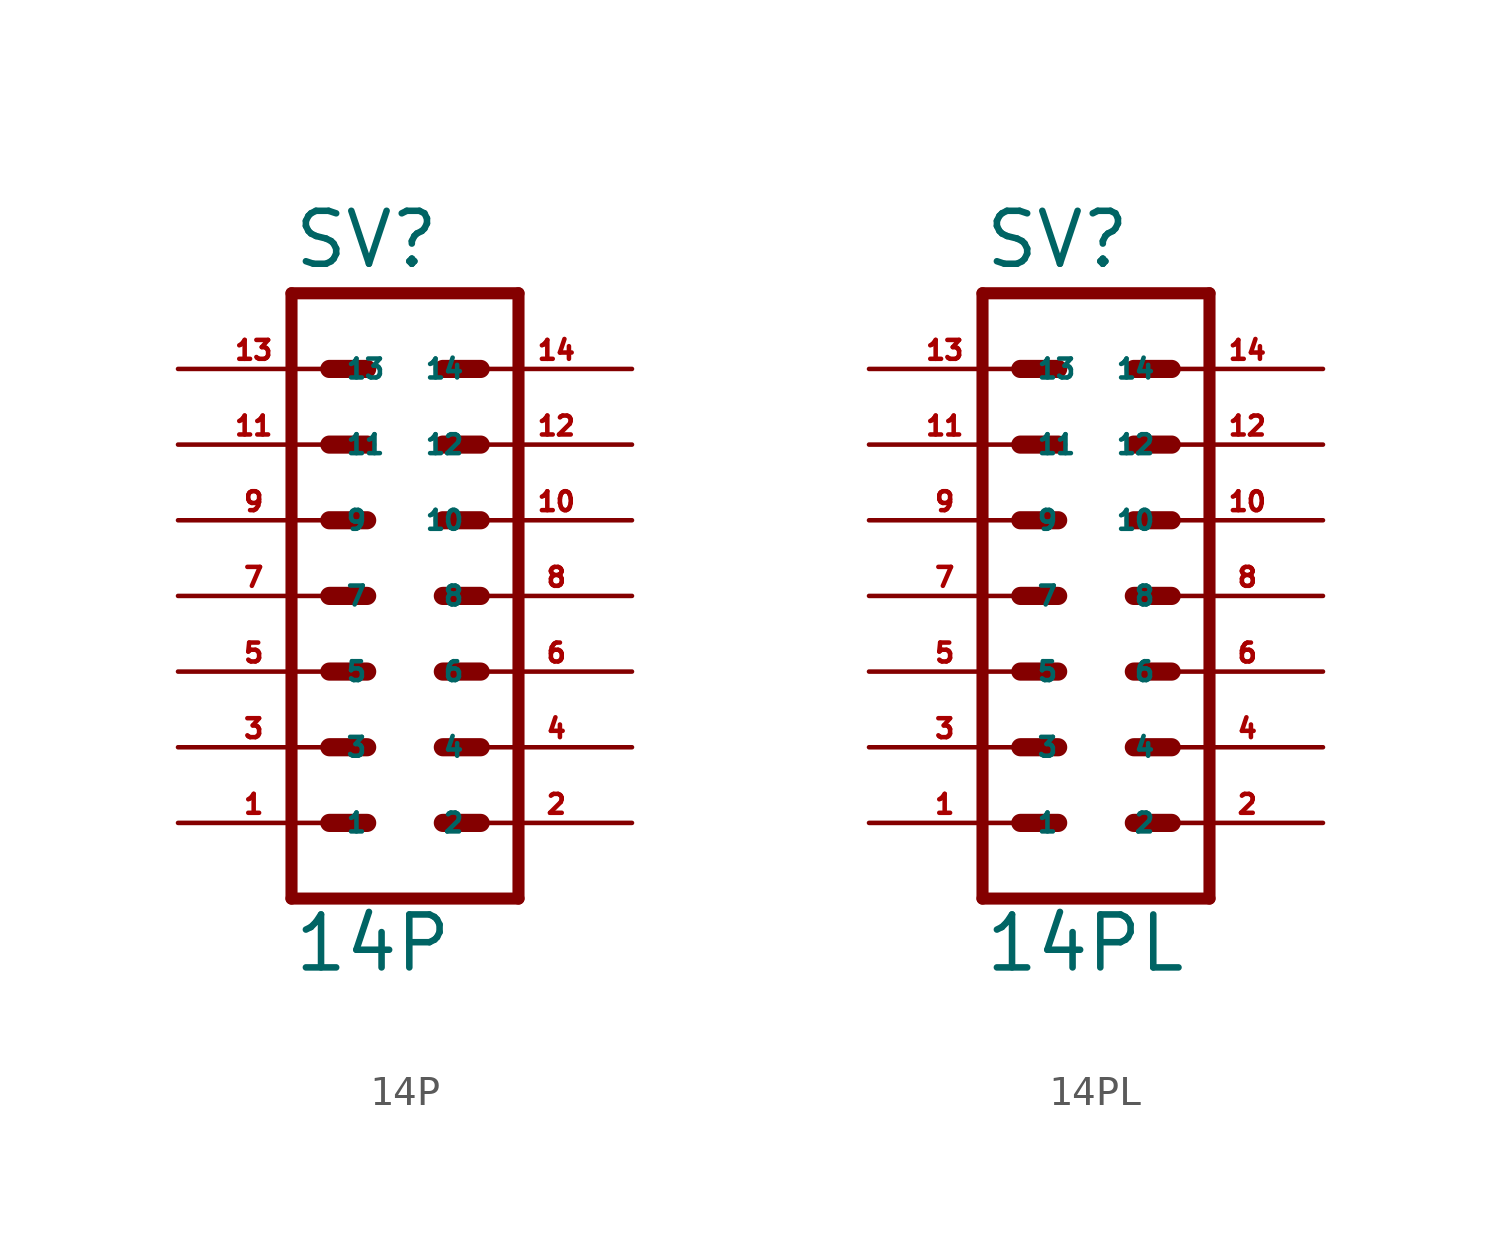
<source format=kicad_sym>
(kicad_symbol_lib
  (version 20220914)
  (generator Eagle2Kicad)
  (symbol "14P"
    (property "Reference" "SV"
      (at -3.81 10.922 0)
      (effects (font (size 1.778 1.778) (thickness 0.22)) (justify left bottom)))
    (property "Value" "14P"
      (at -3.81 -12.7 0)
      (effects (font (size 1.778 1.778) (thickness 0.22)) (justify left bottom)))
    (polyline
      (pts (xy 3.81 -10.16) (xy -3.81 -10.16))
      (stroke (width 0.406) (type default))
      (fill (type none)))
    (polyline
      (pts (xy -3.81 10.16) (xy -3.81 -10.16))
      (stroke (width 0.406) (type default))
      (fill (type none)))
    (polyline
      (pts (xy -3.81 10.16) (xy 3.81 10.16))
      (stroke (width 0.406) (type default))
      (fill (type none)))
    (polyline
      (pts (xy 3.81 -10.16) (xy 3.81 10.16))
      (stroke (width 0.406) (type default))
      (fill (type none)))
    (polyline
      (pts (xy -2.54 -7.62) (xy -1.27 -7.62))
      (stroke (width 0.61) (type default))
      (fill (type none)))
    (polyline
      (pts (xy -2.54 -5.08) (xy -1.27 -5.08))
      (stroke (width 0.61) (type default))
      (fill (type none)))
    (polyline
      (pts (xy -2.54 -2.54) (xy -1.27 -2.54))
      (stroke (width 0.61) (type default))
      (fill (type none)))
    (polyline
      (pts (xy -2.54 0) (xy -1.27 0))
      (stroke (width 0.61) (type default))
      (fill (type none)))
    (polyline
      (pts (xy -2.54 2.54) (xy -1.27 2.54))
      (stroke (width 0.61) (type default))
      (fill (type none)))
    (polyline
      (pts (xy -2.54 5.08) (xy -1.27 5.08))
      (stroke (width 0.61) (type default))
      (fill (type none)))
    (polyline
      (pts (xy -2.54 7.62) (xy -1.27 7.62))
      (stroke (width 0.61) (type default))
      (fill (type none)))
    (polyline
      (pts (xy 2.54 -7.62) (xy 1.27 -7.62))
      (stroke (width 0.61) (type default))
      (fill (type none)))
    (polyline
      (pts (xy 2.54 -5.08) (xy 1.27 -5.08))
      (stroke (width 0.61) (type default))
      (fill (type none)))
    (polyline
      (pts (xy 2.54 -2.54) (xy 1.27 -2.54))
      (stroke (width 0.61) (type default))
      (fill (type none)))
    (polyline
      (pts (xy 2.54 0) (xy 1.27 0))
      (stroke (width 0.61) (type default))
      (fill (type none)))
    (polyline
      (pts (xy 2.54 2.54) (xy 1.27 2.54))
      (stroke (width 0.61) (type default))
      (fill (type none)))
    (polyline
      (pts (xy 2.54 5.08) (xy 1.27 5.08))
      (stroke (width 0.61) (type default))
      (fill (type none)))
    (polyline
      (pts (xy 2.54 7.62) (xy 1.27 7.62))
      (stroke (width 0.61) (type default))
      (fill (type none)))
    (pin passive line
      (at -7.62 7.62 0)
      (length 5.08)
      (name "13" (effects (font (size 0.635 0.635) (thickness 0.08)) (justify left bottom)))
      (number "13" (effects (font (size 0.635 0.635) (thickness 0.08)) (justify left bottom))))
    (pin passive line
      (at -7.62 5.08 0)
      (length 5.08)
      (name "11" (effects (font (size 0.635 0.635) (thickness 0.08)) (justify left bottom)))
      (number "11" (effects (font (size 0.635 0.635) (thickness 0.08)) (justify left bottom))))
    (pin passive line
      (at -7.62 2.54 0)
      (length 5.08)
      (name "9" (effects (font (size 0.635 0.635) (thickness 0.08)) (justify left bottom)))
      (number "9" (effects (font (size 0.635 0.635) (thickness 0.08)) (justify left bottom))))
    (pin passive line
      (at -7.62 0 0)
      (length 5.08)
      (name "7" (effects (font (size 0.635 0.635) (thickness 0.08)) (justify left bottom)))
      (number "7" (effects (font (size 0.635 0.635) (thickness 0.08)) (justify left bottom))))
    (pin passive line
      (at -7.62 -2.54 0)
      (length 5.08)
      (name "5" (effects (font (size 0.635 0.635) (thickness 0.08)) (justify left bottom)))
      (number "5" (effects (font (size 0.635 0.635) (thickness 0.08)) (justify left bottom))))
    (pin passive line
      (at -7.62 -5.08 0)
      (length 5.08)
      (name "3" (effects (font (size 0.635 0.635) (thickness 0.08)) (justify left bottom)))
      (number "3" (effects (font (size 0.635 0.635) (thickness 0.08)) (justify left bottom))))
    (pin passive line
      (at -7.62 -7.62 0)
      (length 5.08)
      (name "1" (effects (font (size 0.635 0.635) (thickness 0.08)) (justify left bottom)))
      (number "1" (effects (font (size 0.635 0.635) (thickness 0.08)) (justify left bottom))))
    (pin passive line
      (at 7.62 7.62 180)
      (length 5.08)
      (name "14" (effects (font (size 0.635 0.635) (thickness 0.08)) (justify left bottom)))
      (number "14" (effects (font (size 0.635 0.635) (thickness 0.08)) (justify left bottom))))
    (pin passive line
      (at 7.62 5.08 180)
      (length 5.08)
      (name "12" (effects (font (size 0.635 0.635) (thickness 0.08)) (justify left bottom)))
      (number "12" (effects (font (size 0.635 0.635) (thickness 0.08)) (justify left bottom))))
    (pin passive line
      (at 7.62 2.54 180)
      (length 5.08)
      (name "10" (effects (font (size 0.635 0.635) (thickness 0.08)) (justify left bottom)))
      (number "10" (effects (font (size 0.635 0.635) (thickness 0.08)) (justify left bottom))))
    (pin passive line
      (at 7.62 0 180)
      (length 5.08)
      (name "8" (effects (font (size 0.635 0.635) (thickness 0.08)) (justify left bottom)))
      (number "8" (effects (font (size 0.635 0.635) (thickness 0.08)) (justify left bottom))))
    (pin passive line
      (at 7.62 -2.54 180)
      (length 5.08)
      (name "6" (effects (font (size 0.635 0.635) (thickness 0.08)) (justify left bottom)))
      (number "6" (effects (font (size 0.635 0.635) (thickness 0.08)) (justify left bottom))))
    (pin passive line
      (at 7.62 -5.08 180)
      (length 5.08)
      (name "4" (effects (font (size 0.635 0.635) (thickness 0.08)) (justify left bottom)))
      (number "4" (effects (font (size 0.635 0.635) (thickness 0.08)) (justify left bottom))))
    (pin passive line
      (at 7.62 -7.62 180)
      (length 5.08)
      (name "2" (effects (font (size 0.635 0.635) (thickness 0.08)) (justify left bottom)))
      (number "2" (effects (font (size 0.635 0.635) (thickness 0.08)) (justify left bottom)))))
  (symbol "14PL"
    (property "Reference" "SV"
      (at -3.81 10.922 0)
      (effects (font (size 1.778 1.778) (thickness 0.22)) (justify left bottom)))
    (property "Value" "14PL"
      (at -3.81 -12.7 0)
      (effects (font (size 1.778 1.778) (thickness 0.22)) (justify left bottom)))
    (polyline
      (pts (xy 3.81 -10.16) (xy -3.81 -10.16))
      (stroke (width 0.406) (type default))
      (fill (type none)))
    (polyline
      (pts (xy -3.81 10.16) (xy -3.81 -10.16))
      (stroke (width 0.406) (type default))
      (fill (type none)))
    (polyline
      (pts (xy -3.81 10.16) (xy 3.81 10.16))
      (stroke (width 0.406) (type default))
      (fill (type none)))
    (polyline
      (pts (xy 3.81 -10.16) (xy 3.81 10.16))
      (stroke (width 0.406) (type default))
      (fill (type none)))
    (polyline
      (pts (xy -2.54 -7.62) (xy -1.27 -7.62))
      (stroke (width 0.61) (type default))
      (fill (type none)))
    (polyline
      (pts (xy -2.54 -5.08) (xy -1.27 -5.08))
      (stroke (width 0.61) (type default))
      (fill (type none)))
    (polyline
      (pts (xy -2.54 -2.54) (xy -1.27 -2.54))
      (stroke (width 0.61) (type default))
      (fill (type none)))
    (polyline
      (pts (xy -2.54 0) (xy -1.27 0))
      (stroke (width 0.61) (type default))
      (fill (type none)))
    (polyline
      (pts (xy -2.54 2.54) (xy -1.27 2.54))
      (stroke (width 0.61) (type default))
      (fill (type none)))
    (polyline
      (pts (xy -2.54 5.08) (xy -1.27 5.08))
      (stroke (width 0.61) (type default))
      (fill (type none)))
    (polyline
      (pts (xy -2.54 7.62) (xy -1.27 7.62))
      (stroke (width 0.61) (type default))
      (fill (type none)))
    (polyline
      (pts (xy 2.54 -7.62) (xy 1.27 -7.62))
      (stroke (width 0.61) (type default))
      (fill (type none)))
    (polyline
      (pts (xy 2.54 -5.08) (xy 1.27 -5.08))
      (stroke (width 0.61) (type default))
      (fill (type none)))
    (polyline
      (pts (xy 2.54 -2.54) (xy 1.27 -2.54))
      (stroke (width 0.61) (type default))
      (fill (type none)))
    (polyline
      (pts (xy 2.54 0) (xy 1.27 0))
      (stroke (width 0.61) (type default))
      (fill (type none)))
    (polyline
      (pts (xy 2.54 2.54) (xy 1.27 2.54))
      (stroke (width 0.61) (type default))
      (fill (type none)))
    (polyline
      (pts (xy 2.54 5.08) (xy 1.27 5.08))
      (stroke (width 0.61) (type default))
      (fill (type none)))
    (polyline
      (pts (xy 2.54 7.62) (xy 1.27 7.62))
      (stroke (width 0.61) (type default))
      (fill (type none)))
    (pin passive line
      (at -7.62 7.62 0)
      (length 5.08)
      (name "13" (effects (font (size 0.635 0.635) (thickness 0.08)) (justify left bottom)))
      (number "13" (effects (font (size 0.635 0.635) (thickness 0.08)) (justify left bottom))))
    (pin passive line
      (at -7.62 5.08 0)
      (length 5.08)
      (name "11" (effects (font (size 0.635 0.635) (thickness 0.08)) (justify left bottom)))
      (number "11" (effects (font (size 0.635 0.635) (thickness 0.08)) (justify left bottom))))
    (pin passive line
      (at -7.62 2.54 0)
      (length 5.08)
      (name "9" (effects (font (size 0.635 0.635) (thickness 0.08)) (justify left bottom)))
      (number "9" (effects (font (size 0.635 0.635) (thickness 0.08)) (justify left bottom))))
    (pin passive line
      (at -7.62 0 0)
      (length 5.08)
      (name "7" (effects (font (size 0.635 0.635) (thickness 0.08)) (justify left bottom)))
      (number "7" (effects (font (size 0.635 0.635) (thickness 0.08)) (justify left bottom))))
    (pin passive line
      (at -7.62 -2.54 0)
      (length 5.08)
      (name "5" (effects (font (size 0.635 0.635) (thickness 0.08)) (justify left bottom)))
      (number "5" (effects (font (size 0.635 0.635) (thickness 0.08)) (justify left bottom))))
    (pin passive line
      (at -7.62 -5.08 0)
      (length 5.08)
      (name "3" (effects (font (size 0.635 0.635) (thickness 0.08)) (justify left bottom)))
      (number "3" (effects (font (size 0.635 0.635) (thickness 0.08)) (justify left bottom))))
    (pin passive line
      (at -7.62 -7.62 0)
      (length 5.08)
      (name "1" (effects (font (size 0.635 0.635) (thickness 0.08)) (justify left bottom)))
      (number "1" (effects (font (size 0.635 0.635) (thickness 0.08)) (justify left bottom))))
    (pin passive line
      (at 7.62 7.62 180)
      (length 5.08)
      (name "14" (effects (font (size 0.635 0.635) (thickness 0.08)) (justify left bottom)))
      (number "14" (effects (font (size 0.635 0.635) (thickness 0.08)) (justify left bottom))))
    (pin passive line
      (at 7.62 5.08 180)
      (length 5.08)
      (name "12" (effects (font (size 0.635 0.635) (thickness 0.08)) (justify left bottom)))
      (number "12" (effects (font (size 0.635 0.635) (thickness 0.08)) (justify left bottom))))
    (pin passive line
      (at 7.62 2.54 180)
      (length 5.08)
      (name "10" (effects (font (size 0.635 0.635) (thickness 0.08)) (justify left bottom)))
      (number "10" (effects (font (size 0.635 0.635) (thickness 0.08)) (justify left bottom))))
    (pin passive line
      (at 7.62 0 180)
      (length 5.08)
      (name "8" (effects (font (size 0.635 0.635) (thickness 0.08)) (justify left bottom)))
      (number "8" (effects (font (size 0.635 0.635) (thickness 0.08)) (justify left bottom))))
    (pin passive line
      (at 7.62 -2.54 180)
      (length 5.08)
      (name "6" (effects (font (size 0.635 0.635) (thickness 0.08)) (justify left bottom)))
      (number "6" (effects (font (size 0.635 0.635) (thickness 0.08)) (justify left bottom))))
    (pin passive line
      (at 7.62 -5.08 180)
      (length 5.08)
      (name "4" (effects (font (size 0.635 0.635) (thickness 0.08)) (justify left bottom)))
      (number "4" (effects (font (size 0.635 0.635) (thickness 0.08)) (justify left bottom))))
    (pin passive line
      (at 7.62 -7.62 180)
      (length 5.08)
      (name "2" (effects (font (size 0.635 0.635) (thickness 0.08)) (justify left bottom)))
      (number "2" (effects (font (size 0.635 0.635) (thickness 0.08)) (justify left bottom))))))
</source>
